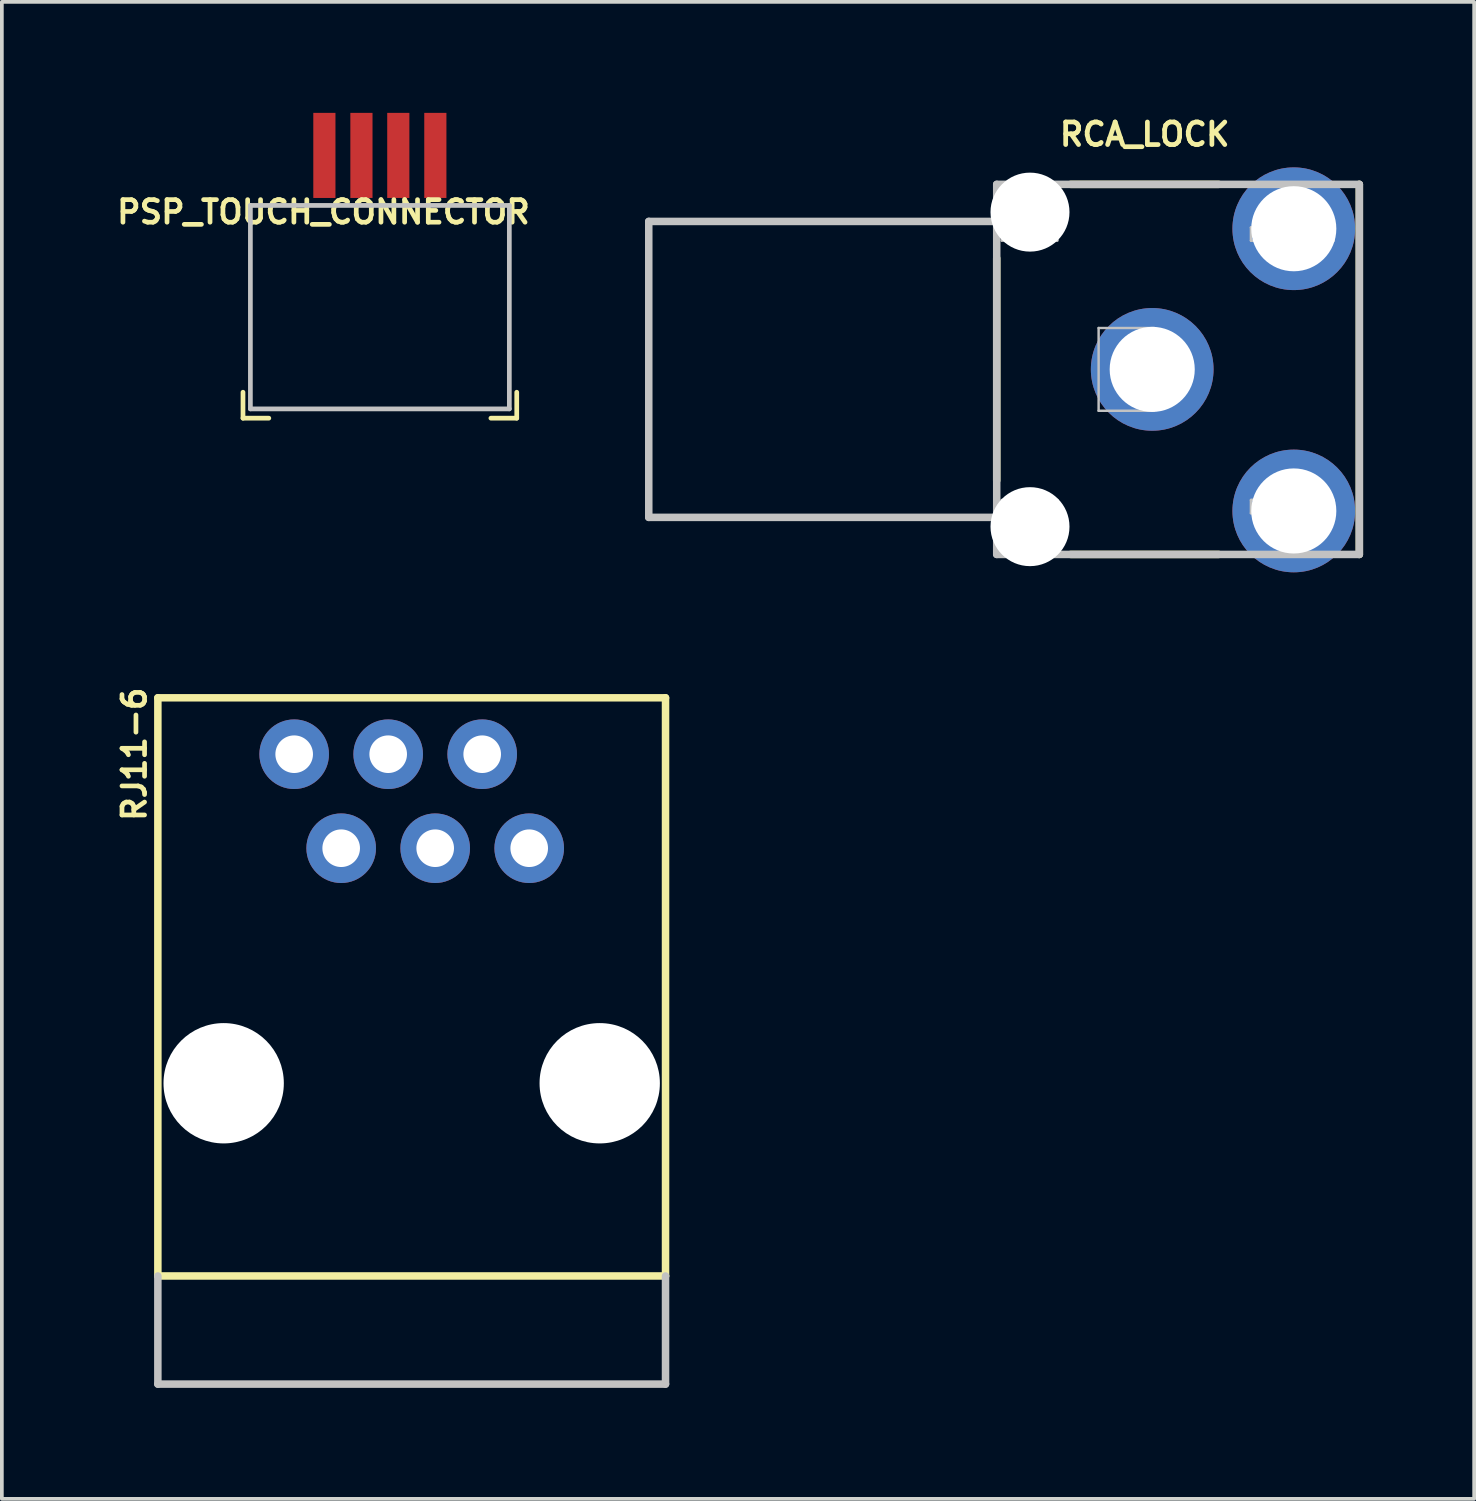
<source format=kicad_pcb>
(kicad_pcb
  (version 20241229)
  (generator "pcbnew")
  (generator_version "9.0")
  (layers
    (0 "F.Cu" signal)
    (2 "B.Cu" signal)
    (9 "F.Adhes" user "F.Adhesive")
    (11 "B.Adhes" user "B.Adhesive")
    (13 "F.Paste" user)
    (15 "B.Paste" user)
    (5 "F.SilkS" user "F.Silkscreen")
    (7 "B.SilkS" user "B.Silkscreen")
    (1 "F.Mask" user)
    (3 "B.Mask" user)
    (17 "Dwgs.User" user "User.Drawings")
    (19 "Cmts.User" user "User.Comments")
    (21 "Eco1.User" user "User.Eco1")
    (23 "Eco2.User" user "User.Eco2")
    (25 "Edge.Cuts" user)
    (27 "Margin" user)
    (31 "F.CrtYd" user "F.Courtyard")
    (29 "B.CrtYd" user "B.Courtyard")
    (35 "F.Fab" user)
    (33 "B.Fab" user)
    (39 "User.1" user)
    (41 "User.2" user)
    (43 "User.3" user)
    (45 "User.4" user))
  (footprint "RJ11-6"
    (layer "F.Cu")
    (at 8.073 26.217)
    (property "Reference" "RJ11-6" (at -7.493 -8.89 90) (layer "F.SilkS") (effects (font (size 0.61 0.61) (thickness 0.127))))
    (attr exclude_from_pos_files exclude_from_bom)
    (fp_line (start -6.858 -10.414) (end -6.858 5.207) (stroke (width 0.203) (type solid)) (layer "F.SilkS"))
    (fp_line (start 6.858 -10.414) (end -6.858 -10.414) (stroke (width 0.203) (type solid)) (layer "F.SilkS"))
    (fp_line (start 6.858 5.207) (end -6.858 5.207) (stroke (width 0.203) (type solid)) (layer "F.SilkS"))
    (fp_line (start 6.858 5.207) (end 6.858 -10.414) (stroke (width 0.203) (type solid)) (layer "F.SilkS"))
    (fp_line (start -6.858 5.207) (end -6.858 8.128) (stroke (width 0.203) (type solid)) (layer "Dwgs.User"))
    (fp_line (start -6.858 8.128) (end 6.858 8.128) (stroke (width 0.203) (type solid)) (layer "Dwgs.User"))
    (fp_line (start 6.858 8.128) (end 6.858 5.207) (stroke (width 0.203) (type solid)) (layer "Dwgs.User"))
    (pad "" np_thru_hole circle (at -5.08 0) (size 3.251 3.251) (drill 3.251) (layers "*.Cu" "*.Mask"))
    (pad "" np_thru_hole circle (at 5.08 0) (size 3.251 3.251) (drill 3.251) (layers "*.Cu" "*.Mask"))
    (pad "1" thru_hole circle (at -3.175 -8.89) (size 1.88 1.88) (drill 1.016) (layers "*.Cu" "*.Paste" "*.Mask"))
    (pad "2" thru_hole circle (at -1.905 -6.35) (size 1.88 1.88) (drill 1.016) (layers "*.Cu" "*.Paste" "*.Mask"))
    (pad "3" thru_hole circle (at -0.635 -8.89) (size 1.88 1.88) (drill 1.016) (layers "*.Cu" "*.Paste" "*.Mask"))
    (pad "4" thru_hole circle (at 0.635 -6.35) (size 1.88 1.88) (drill 1.016) (layers "*.Cu" "*.Paste" "*.Mask"))
    (pad "5" thru_hole circle (at 1.905 -8.89) (size 1.88 1.88) (drill 1.016) (layers "*.Cu" "*.Paste" "*.Mask"))
    (pad "6" thru_hole circle (at 3.175 -6.35) (size 1.88 1.88) (drill 1.016) (layers "*.Cu" "*.Paste" "*.Mask")))
  (footprint "RCA_LOCK"
    (layer "F.Cu")
    (at 27.877 6.93)
    (property "Reference" "RCA_LOCK" (at 0 -6.35 0) (layer "F.SilkS") (effects (font (size 0.61 0.61) (thickness 0.127))))
    (attr exclude_from_pos_files exclude_from_bom)
    (fp_line (start -3.998 -3) (end -3.998 3) (stroke (width 0.203) (type solid)) (layer "F.SilkS"))
    (fp_line (start -1.999 -4.999) (end 1.999 -4.999) (stroke (width 0.203) (type solid)) (layer "F.SilkS"))
    (fp_line (start -1.999 4.999) (end 1.999 4.999) (stroke (width 0.203) (type solid)) (layer "F.SilkS"))
    (fp_line (start 5.799 -4.999) (end 5.799 4.999) (stroke (width 0.203) (type solid)) (layer "F.SilkS"))
    (fp_line (start -13.399 -3.998) (end -13.399 3.998) (stroke (width 0.203) (type solid)) (layer "Dwgs.User"))
    (fp_line (start -13.399 3.998) (end -3.998 3.998) (stroke (width 0.203) (type solid)) (layer "Dwgs.User"))
    (fp_line (start -3.998 -4.999) (end -3.998 4.999) (stroke (width 0.203) (type solid)) (layer "Dwgs.User"))
    (fp_line (start -3.998 -3.998) (end -13.399 -3.998) (stroke (width 0.203) (type solid)) (layer "Dwgs.User"))
    (fp_line (start -3.998 4.999) (end 5.799 4.999) (stroke (width 0.203) (type solid)) (layer "Dwgs.User"))
    (fp_line (start -3.861 -4.978) (end -2.362 -4.978) (stroke (width 0.066) (type solid)) (layer "Dwgs.User"))
    (fp_line (start -3.861 -3.48) (end -3.861 -4.978) (stroke (width 0.066) (type solid)) (layer "Dwgs.User"))
    (fp_line (start -3.861 -3.48) (end -2.362 -3.48) (stroke (width 0.066) (type solid)) (layer "Dwgs.User"))
    (fp_line (start -3.861 3.531) (end -2.362 3.531) (stroke (width 0.066) (type solid)) (layer "Dwgs.User"))
    (fp_line (start -3.861 5.029) (end -3.861 3.531) (stroke (width 0.066) (type solid)) (layer "Dwgs.User"))
    (fp_line (start -3.861 5.029) (end -2.362 5.029) (stroke (width 0.066) (type solid)) (layer "Dwgs.User"))
    (fp_line (start -2.362 -3.48) (end -2.362 -4.978) (stroke (width 0.066) (type solid)) (layer "Dwgs.User"))
    (fp_line (start -2.362 5.029) (end -2.362 3.531) (stroke (width 0.066) (type solid)) (layer "Dwgs.User"))
    (fp_line (start -1.245 -1.118) (end 0.254 -1.118) (stroke (width 0.066) (type solid)) (layer "Dwgs.User"))
    (fp_line (start -1.245 1.118) (end -1.245 -1.118) (stroke (width 0.066) (type solid)) (layer "Dwgs.User"))
    (fp_line (start -1.245 1.118) (end 0.254 1.118) (stroke (width 0.066) (type solid)) (layer "Dwgs.User"))
    (fp_line (start 0.254 1.118) (end 0.254 -1.118) (stroke (width 0.066) (type solid)) (layer "Dwgs.User"))
    (fp_line (start 2.87 -3.835) (end 5.105 -3.835) (stroke (width 0.066) (type solid)) (layer "Dwgs.User"))
    (fp_line (start 2.87 -3.48) (end 2.87 -3.835) (stroke (width 0.066) (type solid)) (layer "Dwgs.User"))
    (fp_line (start 2.87 -3.48) (end 5.105 -3.48) (stroke (width 0.066) (type solid)) (layer "Dwgs.User"))
    (fp_line (start 2.87 3.531) (end 5.105 3.531) (stroke (width 0.066) (type solid)) (layer "Dwgs.User"))
    (fp_line (start 2.87 3.886) (end 2.87 3.531) (stroke (width 0.066) (type solid)) (layer "Dwgs.User"))
    (fp_line (start 2.87 3.886) (end 5.105 3.886) (stroke (width 0.066) (type solid)) (layer "Dwgs.User"))
    (fp_line (start 4.47 -3.454) (end 2.87 -3.454) (stroke (width 0.025) (type solid)) (layer "Dwgs.User"))
    (fp_line (start 4.47 3.505) (end 2.87 3.505) (stroke (width 0.025) (type solid)) (layer "Dwgs.User"))
    (fp_line (start 5.105 -3.48) (end 5.105 -3.835) (stroke (width 0.066) (type solid)) (layer "Dwgs.User"))
    (fp_line (start 5.105 3.886) (end 5.105 3.531) (stroke (width 0.066) (type solid)) (layer "Dwgs.User"))
    (fp_line (start 5.799 -4.999) (end -3.998 -4.999) (stroke (width 0.203) (type solid)) (layer "Dwgs.User"))
    (fp_line (start 5.799 4.999) (end 5.799 -4.999) (stroke (width 0.203) (type solid)) (layer "Dwgs.User"))
    (pad "" np_thru_hole circle (at -3.099 -4.249) (size 2.134 2.134) (drill 2.134) (layers "*.Cu" "*.Mask"))
    (pad "" np_thru_hole circle (at -3.099 4.249) (size 2.134 2.134) (drill 2.134) (layers "*.Cu" "*.Mask"))
    (pad "PIN" thru_hole circle (at 4.028 -3.8) (size 3.315 3.315) (drill 2.299) (layers "*.Cu" "*.Paste" "*.Mask"))
    (pad "SHEL" thru_hole circle (at 0.203 0) (size 3.315 3.315) (drill 2.299) (layers "*.Cu" "*.Paste" "*.Mask"))
    (pad "SWIT" thru_hole circle (at 4.028 3.825) (size 3.315 3.315) (drill 2.299) (layers "*.Cu" "*.Paste" "*.Mask")))
  (footprint "PSP_TOUCH_CONNECTOR"
    (layer "F.Cu")
    (at 7.213 3.999)
    (property "Reference" "PSP_TOUCH_CONNECTOR" (at -1.524 -1.321 0) (layer "F.SilkS") (effects (font (size 0.61 0.61) (thickness 0.127))))
    (attr smd)
    (fp_line (start -3.698 3.548) (end -3.698 4.249) (stroke (width 0.127) (type solid)) (layer "F.SilkS"))
    (fp_line (start -3 4.249) (end -3.698 4.249) (stroke (width 0.127) (type solid)) (layer "F.SilkS"))
    (fp_line (start 3 4.249) (end 3.698 4.249) (stroke (width 0.127) (type solid)) (layer "F.SilkS"))
    (fp_line (start 3.698 3.548) (end 3.698 4.249) (stroke (width 0.127) (type solid)) (layer "F.SilkS"))
    (fp_line (start -3.498 -1.499) (end 3.498 -1.499) (stroke (width 0.127) (type solid)) (layer "Dwgs.User"))
    (fp_line (start -3.498 3.998) (end -3.498 -1.499) (stroke (width 0.127) (type solid)) (layer "Dwgs.User"))
    (fp_line (start -3.498 3.998) (end 3.498 3.998) (stroke (width 0.127) (type solid)) (layer "Dwgs.User"))
    (fp_line (start 3.498 3.998) (end 3.498 -1.499) (stroke (width 0.127) (type solid)) (layer "Dwgs.User"))
    (pad "X1" smd rect (at 1.499 -2.85 90) (size 2.299 0.599) (layers "F.Cu" "F.Mask" "F.Paste"))
    (pad "X2" smd rect (at -0.498 -2.85 90) (size 2.299 0.599) (layers "F.Cu" "F.Mask" "F.Paste"))
    (pad "Y1" smd rect (at -1.499 -2.85 90) (size 2.299 0.599) (layers "F.Cu" "F.Mask" "F.Paste"))
    (pad "Y2" smd rect (at 0.498 -2.85 90) (size 2.299 0.599) (layers "F.Cu" "F.Mask" "F.Paste")))
  (gr_rect
    (start -3 -3)
    (end 36.778 37.446)
    (stroke (width 0.1) (type default))
    (fill no)
    (layer "Edge.Cuts")))
</source>
